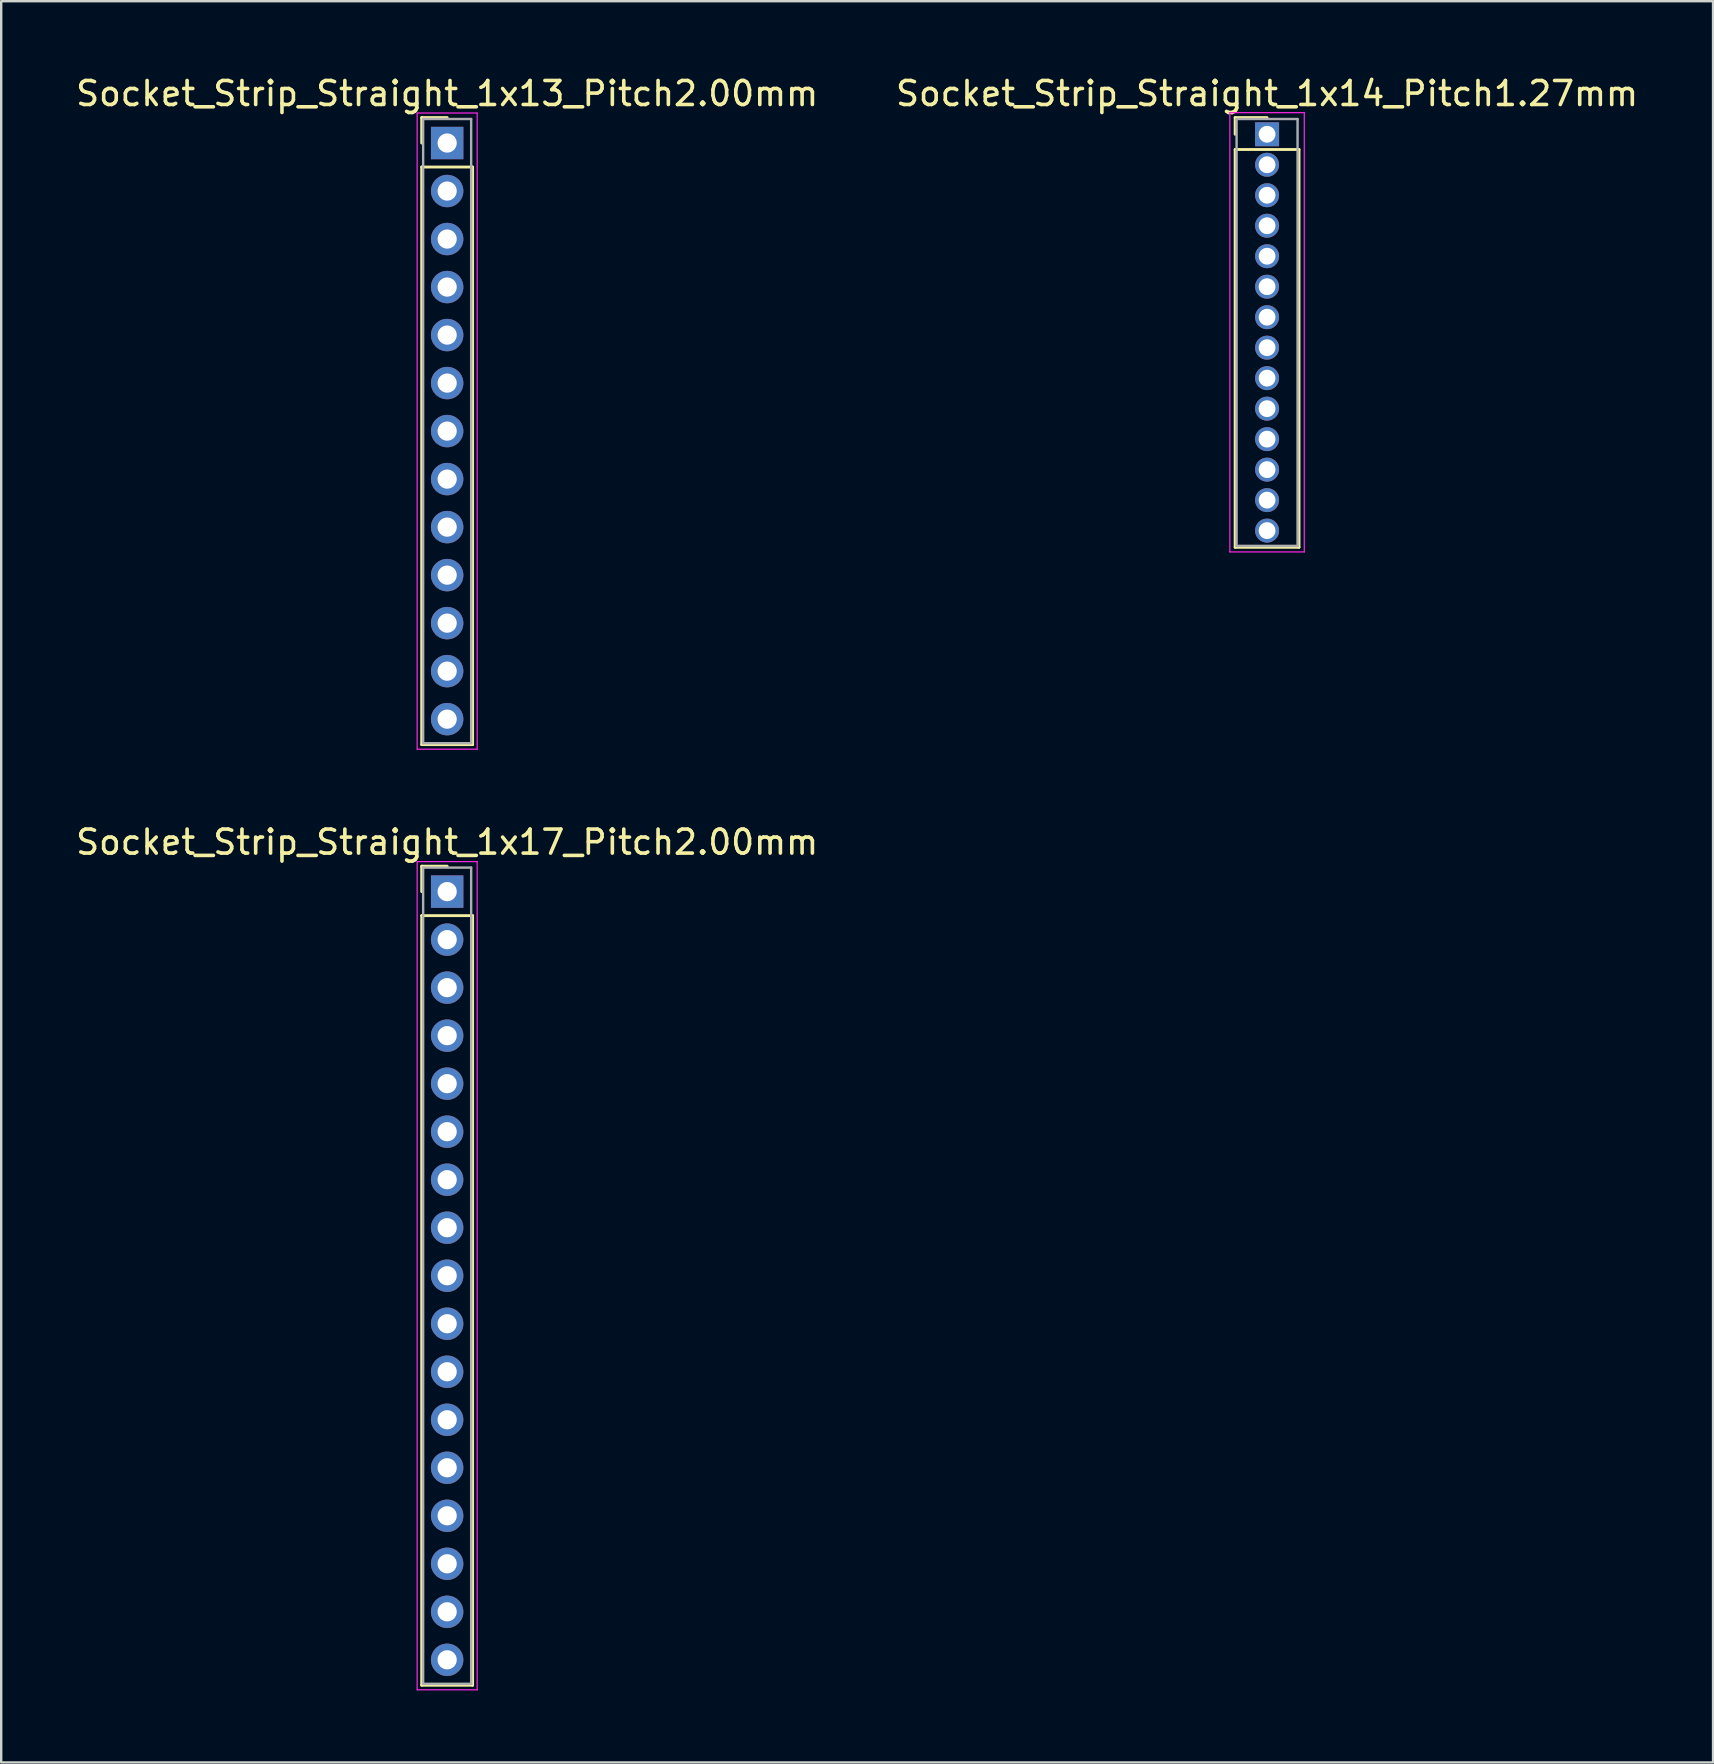
<source format=kicad_pcb>
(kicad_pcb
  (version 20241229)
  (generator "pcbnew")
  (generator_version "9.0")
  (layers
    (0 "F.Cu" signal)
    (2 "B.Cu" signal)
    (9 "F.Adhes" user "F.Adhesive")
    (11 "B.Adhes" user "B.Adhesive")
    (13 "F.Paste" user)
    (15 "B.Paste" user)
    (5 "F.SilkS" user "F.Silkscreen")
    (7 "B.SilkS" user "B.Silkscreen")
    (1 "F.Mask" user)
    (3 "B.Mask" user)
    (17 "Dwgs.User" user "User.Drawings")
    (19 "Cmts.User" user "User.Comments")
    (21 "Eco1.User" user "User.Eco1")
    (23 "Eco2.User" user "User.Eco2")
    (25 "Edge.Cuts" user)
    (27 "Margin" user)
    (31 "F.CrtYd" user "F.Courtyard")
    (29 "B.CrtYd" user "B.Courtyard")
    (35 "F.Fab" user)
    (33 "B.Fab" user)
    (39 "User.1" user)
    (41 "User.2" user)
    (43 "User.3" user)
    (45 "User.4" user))
  (footprint "Socket_Strip_Straight_1x14_Pitch1.27mm"
    (layer "F.Cu")
    (at 49.732 2.543)
    (property "Reference" "Socket_Strip_Straight_1x14_Pitch1.27mm" (at 0 -1.695 0) (layer "F.SilkS") (effects (font (size 1 1) (thickness 0.15))))
    (attr through_hole)
    (fp_line (start -1.33 -0.695) (end 0 -0.695) (stroke (width 0.12) (type solid)) (layer "F.SilkS"))
    (fp_line (start -1.33 0) (end -1.33 -0.695) (stroke (width 0.12) (type solid)) (layer "F.SilkS"))
    (fp_line (start -1.33 0.635) (end -1.33 17.205) (stroke (width 0.12) (type solid)) (layer "F.SilkS"))
    (fp_line (start -1.33 17.205) (end 1.33 17.205) (stroke (width 0.12) (type solid)) (layer "F.SilkS"))
    (fp_line (start 1.33 0.635) (end -1.33 0.635) (stroke (width 0.12) (type solid)) (layer "F.SilkS"))
    (fp_line (start 1.33 17.205) (end 1.33 0.635) (stroke (width 0.12) (type solid)) (layer "F.SilkS"))
    (fp_line (start -1.55 -0.9) (end -1.55 17.4) (stroke (width 0.05) (type solid)) (layer "F.CrtYd"))
    (fp_line (start -1.55 17.4) (end 1.55 17.4) (stroke (width 0.05) (type solid)) (layer "F.CrtYd"))
    (fp_line (start 1.55 -0.9) (end -1.55 -0.9) (stroke (width 0.05) (type solid)) (layer "F.CrtYd"))
    (fp_line (start 1.55 17.4) (end 1.55 -0.9) (stroke (width 0.05) (type solid)) (layer "F.CrtYd"))
    (fp_line (start -1.27 -0.635) (end -1.27 17.145) (stroke (width 0.1) (type solid)) (layer "F.Fab"))
    (fp_line (start -1.27 17.145) (end 1.27 17.145) (stroke (width 0.1) (type solid)) (layer "F.Fab"))
    (fp_line (start 1.27 -0.635) (end -1.27 -0.635) (stroke (width 0.1) (type solid)) (layer "F.Fab"))
    (fp_line (start 1.27 17.145) (end 1.27 -0.635) (stroke (width 0.1) (type solid)) (layer "F.Fab"))
    (pad "1" thru_hole rect (at 0 0) (size 1 1) (drill 0.7) (layers "*.Cu" "*.Mask"))
    (pad "2" thru_hole oval (at 0 1.27) (size 1 1) (drill 0.7) (layers "*.Cu" "*.Mask"))
    (pad "3" thru_hole oval (at 0 2.54) (size 1 1) (drill 0.7) (layers "*.Cu" "*.Mask"))
    (pad "4" thru_hole oval (at 0 3.81) (size 1 1) (drill 0.7) (layers "*.Cu" "*.Mask"))
    (pad "5" thru_hole oval (at 0 5.08) (size 1 1) (drill 0.7) (layers "*.Cu" "*.Mask"))
    (pad "6" thru_hole oval (at 0 6.35) (size 1 1) (drill 0.7) (layers "*.Cu" "*.Mask"))
    (pad "7" thru_hole oval (at 0 7.62) (size 1 1) (drill 0.7) (layers "*.Cu" "*.Mask"))
    (pad "8" thru_hole oval (at 0 8.89) (size 1 1) (drill 0.7) (layers "*.Cu" "*.Mask"))
    (pad "9" thru_hole oval (at 0 10.16) (size 1 1) (drill 0.7) (layers "*.Cu" "*.Mask"))
    (pad "10" thru_hole oval (at 0 11.43) (size 1 1) (drill 0.7) (layers "*.Cu" "*.Mask"))
    (pad "11" thru_hole oval (at 0 12.7) (size 1 1) (drill 0.7) (layers "*.Cu" "*.Mask"))
    (pad "12" thru_hole oval (at 0 13.97) (size 1 1) (drill 0.7) (layers "*.Cu" "*.Mask"))
    (pad "13" thru_hole oval (at 0 15.24) (size 1 1) (drill 0.7) (layers "*.Cu" "*.Mask"))
    (pad "14" thru_hole oval (at 0 16.51) (size 1 1) (drill 0.7) (layers "*.Cu" "*.Mask")))
  (footprint "Socket_Strip_Straight_1x13_Pitch2.00mm"
    (layer "F.Cu")
    (at 15.577 2.908)
    (property "Reference" "Socket_Strip_Straight_1x13_Pitch2.00mm" (at 0 -2.06 0) (layer "F.SilkS") (effects (font (size 1 1) (thickness 0.15))))
    (attr through_hole)
    (fp_line (start -1.06 -1.06) (end 0 -1.06) (stroke (width 0.12) (type solid)) (layer "F.SilkS"))
    (fp_line (start -1.06 0) (end -1.06 -1.06) (stroke (width 0.12) (type solid)) (layer "F.SilkS"))
    (fp_line (start -1.06 1) (end -1.06 25.06) (stroke (width 0.12) (type solid)) (layer "F.SilkS"))
    (fp_line (start -1.06 25.06) (end 1.06 25.06) (stroke (width 0.12) (type solid)) (layer "F.SilkS"))
    (fp_line (start 1.06 1) (end -1.06 1) (stroke (width 0.12) (type solid)) (layer "F.SilkS"))
    (fp_line (start 1.06 25.06) (end 1.06 1) (stroke (width 0.12) (type solid)) (layer "F.SilkS"))
    (fp_line (start -1.25 -1.25) (end -1.25 25.25) (stroke (width 0.05) (type solid)) (layer "F.CrtYd"))
    (fp_line (start -1.25 25.25) (end 1.25 25.25) (stroke (width 0.05) (type solid)) (layer "F.CrtYd"))
    (fp_line (start 1.25 -1.25) (end -1.25 -1.25) (stroke (width 0.05) (type solid)) (layer "F.CrtYd"))
    (fp_line (start 1.25 25.25) (end 1.25 -1.25) (stroke (width 0.05) (type solid)) (layer "F.CrtYd"))
    (fp_line (start -1 -1) (end -1 25) (stroke (width 0.1) (type solid)) (layer "F.Fab"))
    (fp_line (start -1 25) (end 1 25) (stroke (width 0.1) (type solid)) (layer "F.Fab"))
    (fp_line (start 1 -1) (end -1 -1) (stroke (width 0.1) (type solid)) (layer "F.Fab"))
    (fp_line (start 1 25) (end 1 -1) (stroke (width 0.1) (type solid)) (layer "F.Fab"))
    (pad "1" thru_hole rect (at 0 0) (size 1.35 1.35) (drill 0.8) (layers "*.Cu" "*.Mask"))
    (pad "2" thru_hole oval (at 0 2) (size 1.35 1.35) (drill 0.8) (layers "*.Cu" "*.Mask"))
    (pad "3" thru_hole oval (at 0 4) (size 1.35 1.35) (drill 0.8) (layers "*.Cu" "*.Mask"))
    (pad "4" thru_hole oval (at 0 6) (size 1.35 1.35) (drill 0.8) (layers "*.Cu" "*.Mask"))
    (pad "5" thru_hole oval (at 0 8) (size 1.35 1.35) (drill 0.8) (layers "*.Cu" "*.Mask"))
    (pad "6" thru_hole oval (at 0 10) (size 1.35 1.35) (drill 0.8) (layers "*.Cu" "*.Mask"))
    (pad "7" thru_hole oval (at 0 12) (size 1.35 1.35) (drill 0.8) (layers "*.Cu" "*.Mask"))
    (pad "8" thru_hole oval (at 0 14) (size 1.35 1.35) (drill 0.8) (layers "*.Cu" "*.Mask"))
    (pad "9" thru_hole oval (at 0 16) (size 1.35 1.35) (drill 0.8) (layers "*.Cu" "*.Mask"))
    (pad "10" thru_hole oval (at 0 18) (size 1.35 1.35) (drill 0.8) (layers "*.Cu" "*.Mask"))
    (pad "11" thru_hole oval (at 0 20) (size 1.35 1.35) (drill 0.8) (layers "*.Cu" "*.Mask"))
    (pad "12" thru_hole oval (at 0 22) (size 1.35 1.35) (drill 0.8) (layers "*.Cu" "*.Mask"))
    (pad "13" thru_hole oval (at 0 24) (size 1.35 1.35) (drill 0.8) (layers "*.Cu" "*.Mask")))
  (footprint "Socket_Strip_Straight_1x17_Pitch2.00mm"
    (layer "F.Cu")
    (at 15.577 34.092)
    (property "Reference" "Socket_Strip_Straight_1x17_Pitch2.00mm" (at 0 -2.06 0) (layer "F.SilkS") (effects (font (size 1 1) (thickness 0.15))))
    (attr through_hole)
    (fp_line (start -1.06 -1.06) (end 0 -1.06) (stroke (width 0.12) (type solid)) (layer "F.SilkS"))
    (fp_line (start -1.06 0) (end -1.06 -1.06) (stroke (width 0.12) (type solid)) (layer "F.SilkS"))
    (fp_line (start -1.06 1) (end -1.06 33.06) (stroke (width 0.12) (type solid)) (layer "F.SilkS"))
    (fp_line (start -1.06 33.06) (end 1.06 33.06) (stroke (width 0.12) (type solid)) (layer "F.SilkS"))
    (fp_line (start 1.06 1) (end -1.06 1) (stroke (width 0.12) (type solid)) (layer "F.SilkS"))
    (fp_line (start 1.06 33.06) (end 1.06 1) (stroke (width 0.12) (type solid)) (layer "F.SilkS"))
    (fp_line (start -1.25 -1.25) (end -1.25 33.25) (stroke (width 0.05) (type solid)) (layer "F.CrtYd"))
    (fp_line (start -1.25 33.25) (end 1.25 33.25) (stroke (width 0.05) (type solid)) (layer "F.CrtYd"))
    (fp_line (start 1.25 -1.25) (end -1.25 -1.25) (stroke (width 0.05) (type solid)) (layer "F.CrtYd"))
    (fp_line (start 1.25 33.25) (end 1.25 -1.25) (stroke (width 0.05) (type solid)) (layer "F.CrtYd"))
    (fp_line (start -1 -1) (end -1 33) (stroke (width 0.1) (type solid)) (layer "F.Fab"))
    (fp_line (start -1 33) (end 1 33) (stroke (width 0.1) (type solid)) (layer "F.Fab"))
    (fp_line (start 1 -1) (end -1 -1) (stroke (width 0.1) (type solid)) (layer "F.Fab"))
    (fp_line (start 1 33) (end 1 -1) (stroke (width 0.1) (type solid)) (layer "F.Fab"))
    (pad "1" thru_hole rect (at 0 0) (size 1.35 1.35) (drill 0.8) (layers "*.Cu" "*.Mask"))
    (pad "2" thru_hole oval (at 0 2) (size 1.35 1.35) (drill 0.8) (layers "*.Cu" "*.Mask"))
    (pad "3" thru_hole oval (at 0 4) (size 1.35 1.35) (drill 0.8) (layers "*.Cu" "*.Mask"))
    (pad "4" thru_hole oval (at 0 6) (size 1.35 1.35) (drill 0.8) (layers "*.Cu" "*.Mask"))
    (pad "5" thru_hole oval (at 0 8) (size 1.35 1.35) (drill 0.8) (layers "*.Cu" "*.Mask"))
    (pad "6" thru_hole oval (at 0 10) (size 1.35 1.35) (drill 0.8) (layers "*.Cu" "*.Mask"))
    (pad "7" thru_hole oval (at 0 12) (size 1.35 1.35) (drill 0.8) (layers "*.Cu" "*.Mask"))
    (pad "8" thru_hole oval (at 0 14) (size 1.35 1.35) (drill 0.8) (layers "*.Cu" "*.Mask"))
    (pad "9" thru_hole oval (at 0 16) (size 1.35 1.35) (drill 0.8) (layers "*.Cu" "*.Mask"))
    (pad "10" thru_hole oval (at 0 18) (size 1.35 1.35) (drill 0.8) (layers "*.Cu" "*.Mask"))
    (pad "11" thru_hole oval (at 0 20) (size 1.35 1.35) (drill 0.8) (layers "*.Cu" "*.Mask"))
    (pad "12" thru_hole oval (at 0 22) (size 1.35 1.35) (drill 0.8) (layers "*.Cu" "*.Mask"))
    (pad "13" thru_hole oval (at 0 24) (size 1.35 1.35) (drill 0.8) (layers "*.Cu" "*.Mask"))
    (pad "14" thru_hole oval (at 0 26) (size 1.35 1.35) (drill 0.8) (layers "*.Cu" "*.Mask"))
    (pad "15" thru_hole oval (at 0 28) (size 1.35 1.35) (drill 0.8) (layers "*.Cu" "*.Mask"))
    (pad "16" thru_hole oval (at 0 30) (size 1.35 1.35) (drill 0.8) (layers "*.Cu" "*.Mask"))
    (pad "17" thru_hole oval (at 0 32) (size 1.35 1.35) (drill 0.8) (layers "*.Cu" "*.Mask")))
  (gr_rect
    (start -3 -3)
    (end 68.31 70.367)
    (stroke (width 0.1) (type default))
    (fill no)
    (layer "Edge.Cuts")))
</source>
